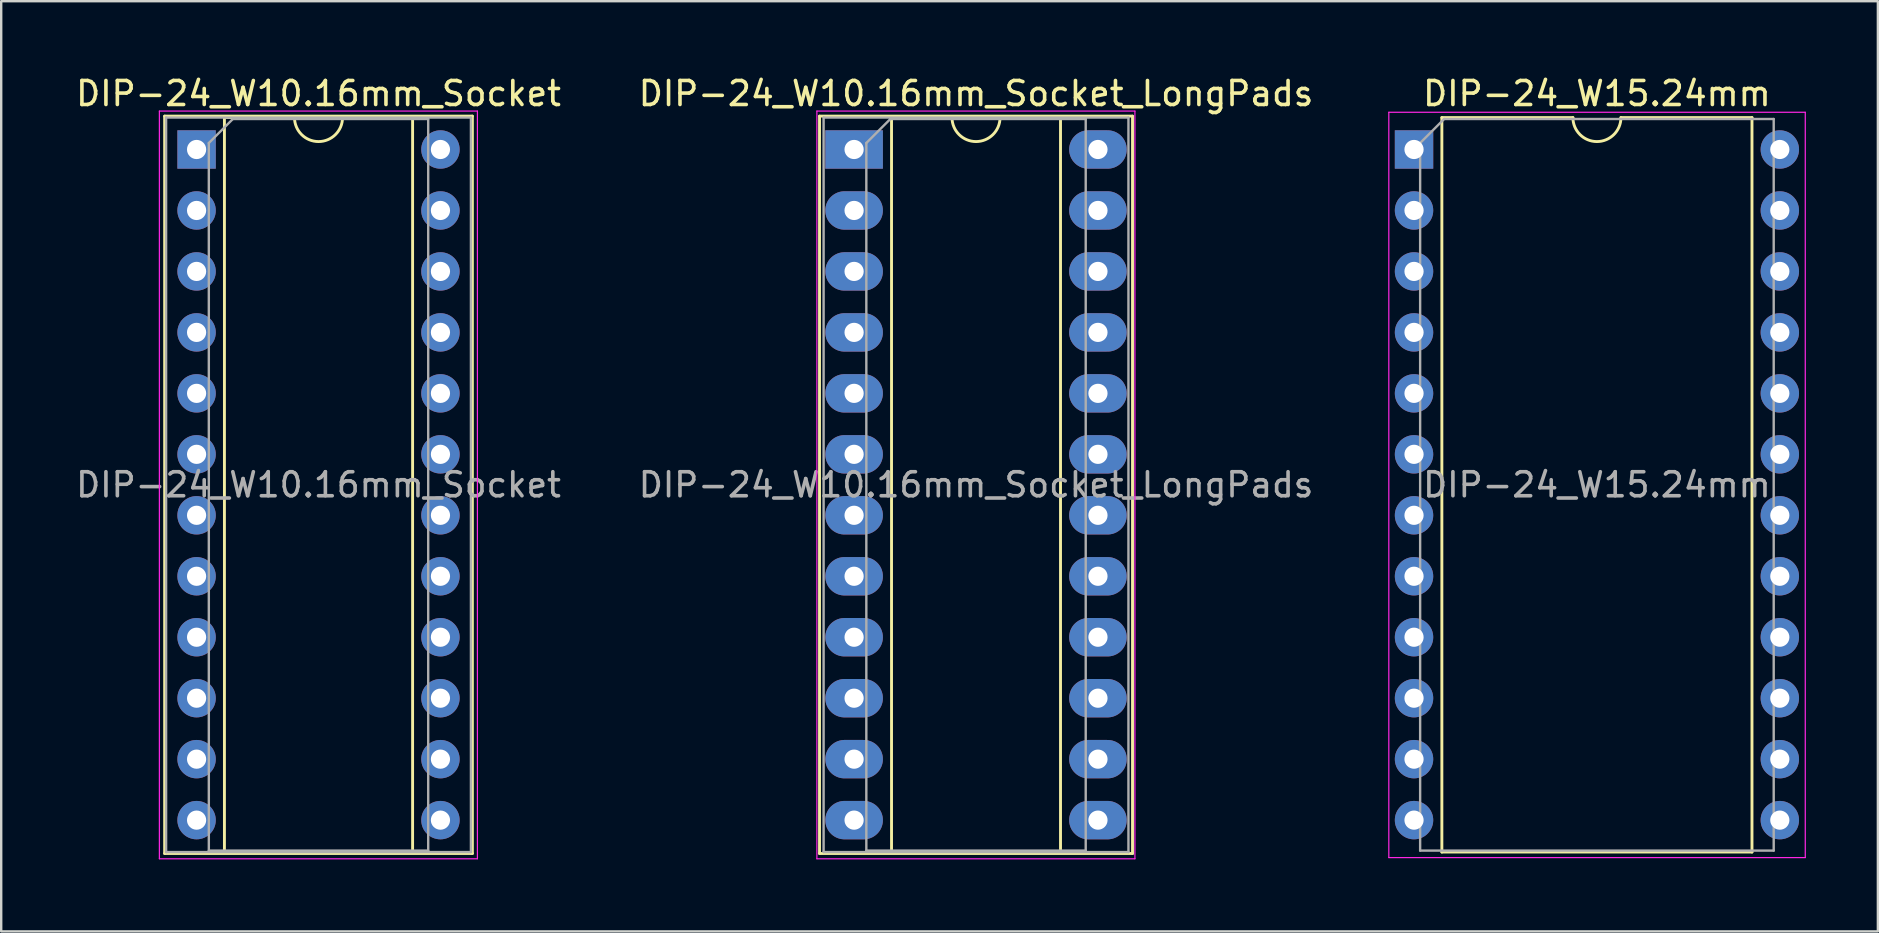
<source format=kicad_pcb>
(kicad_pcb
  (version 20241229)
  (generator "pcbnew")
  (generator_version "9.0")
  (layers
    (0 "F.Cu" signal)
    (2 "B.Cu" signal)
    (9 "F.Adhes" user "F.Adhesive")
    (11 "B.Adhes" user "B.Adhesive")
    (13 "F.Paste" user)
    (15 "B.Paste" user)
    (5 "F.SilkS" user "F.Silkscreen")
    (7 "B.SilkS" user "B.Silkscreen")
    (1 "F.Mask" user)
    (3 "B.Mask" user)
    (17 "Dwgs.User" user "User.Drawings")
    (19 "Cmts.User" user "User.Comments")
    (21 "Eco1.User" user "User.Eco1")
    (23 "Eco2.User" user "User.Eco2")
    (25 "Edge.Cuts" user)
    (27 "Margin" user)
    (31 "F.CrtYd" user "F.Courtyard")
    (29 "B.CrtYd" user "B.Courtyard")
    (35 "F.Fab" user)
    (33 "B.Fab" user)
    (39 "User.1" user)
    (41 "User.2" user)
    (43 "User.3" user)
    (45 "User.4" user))
  (footprint "DIP-24_W10.16mm_Socket"
    (layer "F.Cu")
    (at 5.14 3.178)
    (property "Reference" "DIP-24_W10.16mm_Socket" (at 5.08 -2.33 0) (layer "F.SilkS") (effects (font (size 1 1) (thickness 0.15))))
    (attr through_hole)
    (fp_line (start -1.33 -1.39) (end -1.33 29.33) (stroke (width 0.12) (type solid)) (layer "F.SilkS"))
    (fp_line (start -1.33 29.33) (end 11.49 29.33) (stroke (width 0.12) (type solid)) (layer "F.SilkS"))
    (fp_line (start 1.16 -1.33) (end 1.16 29.27) (stroke (width 0.12) (type solid)) (layer "F.SilkS"))
    (fp_line (start 1.16 29.27) (end 9 29.27) (stroke (width 0.12) (type solid)) (layer "F.SilkS"))
    (fp_line (start 4.08 -1.33) (end 1.16 -1.33) (stroke (width 0.12) (type solid)) (layer "F.SilkS"))
    (fp_line (start 9 -1.33) (end 6.08 -1.33) (stroke (width 0.12) (type solid)) (layer "F.SilkS"))
    (fp_line (start 9 29.27) (end 9 -1.33) (stroke (width 0.12) (type solid)) (layer "F.SilkS"))
    (fp_line (start 11.49 -1.39) (end -1.33 -1.39) (stroke (width 0.12) (type solid)) (layer "F.SilkS"))
    (fp_line (start 11.49 29.33) (end 11.49 -1.39) (stroke (width 0.12) (type solid)) (layer "F.SilkS"))
    (fp_arc (start 6.08 -1.33) (mid 5.08 -0.33) (end 4.08 -1.33) (stroke (width 0.12) (type solid)) (layer "F.SilkS"))
    (fp_line (start -1.55 -1.6) (end -1.55 29.55) (stroke (width 0.05) (type solid)) (layer "F.CrtYd"))
    (fp_line (start -1.55 29.55) (end 11.7 29.55) (stroke (width 0.05) (type solid)) (layer "F.CrtYd"))
    (fp_line (start 11.7 -1.6) (end -1.55 -1.6) (stroke (width 0.05) (type solid)) (layer "F.CrtYd"))
    (fp_line (start 11.7 29.55) (end 11.7 -1.6) (stroke (width 0.05) (type solid)) (layer "F.CrtYd"))
    (fp_line (start -1.27 -1.33) (end -1.27 29.27) (stroke (width 0.1) (type solid)) (layer "F.Fab"))
    (fp_line (start -1.27 29.27) (end 11.43 29.27) (stroke (width 0.1) (type solid)) (layer "F.Fab"))
    (fp_line (start 0.51 -0.27) (end 1.51 -1.27) (stroke (width 0.1) (type solid)) (layer "F.Fab"))
    (fp_line (start 0.51 29.21) (end 0.51 -0.27) (stroke (width 0.1) (type solid)) (layer "F.Fab"))
    (fp_line (start 1.51 -1.27) (end 9.65 -1.27) (stroke (width 0.1) (type solid)) (layer "F.Fab"))
    (fp_line (start 9.65 -1.27) (end 9.65 29.21) (stroke (width 0.1) (type solid)) (layer "F.Fab"))
    (fp_line (start 9.65 29.21) (end 0.51 29.21) (stroke (width 0.1) (type solid)) (layer "F.Fab"))
    (fp_line (start 11.43 -1.33) (end -1.27 -1.33) (stroke (width 0.1) (type solid)) (layer "F.Fab"))
    (fp_line (start 11.43 29.27) (end 11.43 -1.33) (stroke (width 0.1) (type solid)) (layer "F.Fab"))
    (fp_text user "${REFERENCE}" (at 5.08 13.97 0) (layer "F.Fab") (effects (font (size 1 1) (thickness 0.15))))
    (pad "1" thru_hole rect (at 0 0) (size 1.6 1.6) (drill 0.8) (layers "*.Cu" "*.Mask"))
    (pad "2" thru_hole oval (at 0 2.54) (size 1.6 1.6) (drill 0.8) (layers "*.Cu" "*.Mask"))
    (pad "3" thru_hole oval (at 0 5.08) (size 1.6 1.6) (drill 0.8) (layers "*.Cu" "*.Mask"))
    (pad "4" thru_hole oval (at 0 7.62) (size 1.6 1.6) (drill 0.8) (layers "*.Cu" "*.Mask"))
    (pad "5" thru_hole oval (at 0 10.16) (size 1.6 1.6) (drill 0.8) (layers "*.Cu" "*.Mask"))
    (pad "6" thru_hole oval (at 0 12.7) (size 1.6 1.6) (drill 0.8) (layers "*.Cu" "*.Mask"))
    (pad "7" thru_hole oval (at 0 15.24) (size 1.6 1.6) (drill 0.8) (layers "*.Cu" "*.Mask"))
    (pad "8" thru_hole oval (at 0 17.78) (size 1.6 1.6) (drill 0.8) (layers "*.Cu" "*.Mask"))
    (pad "9" thru_hole oval (at 0 20.32) (size 1.6 1.6) (drill 0.8) (layers "*.Cu" "*.Mask"))
    (pad "10" thru_hole oval (at 0 22.86) (size 1.6 1.6) (drill 0.8) (layers "*.Cu" "*.Mask"))
    (pad "11" thru_hole oval (at 0 25.4) (size 1.6 1.6) (drill 0.8) (layers "*.Cu" "*.Mask"))
    (pad "12" thru_hole oval (at 0 27.94) (size 1.6 1.6) (drill 0.8) (layers "*.Cu" "*.Mask"))
    (pad "13" thru_hole oval (at 10.16 27.94) (size 1.6 1.6) (drill 0.8) (layers "*.Cu" "*.Mask"))
    (pad "14" thru_hole oval (at 10.16 25.4) (size 1.6 1.6) (drill 0.8) (layers "*.Cu" "*.Mask"))
    (pad "15" thru_hole oval (at 10.16 22.86) (size 1.6 1.6) (drill 0.8) (layers "*.Cu" "*.Mask"))
    (pad "16" thru_hole oval (at 10.16 20.32) (size 1.6 1.6) (drill 0.8) (layers "*.Cu" "*.Mask"))
    (pad "17" thru_hole oval (at 10.16 17.78) (size 1.6 1.6) (drill 0.8) (layers "*.Cu" "*.Mask"))
    (pad "18" thru_hole oval (at 10.16 15.24) (size 1.6 1.6) (drill 0.8) (layers "*.Cu" "*.Mask"))
    (pad "19" thru_hole oval (at 10.16 12.7) (size 1.6 1.6) (drill 0.8) (layers "*.Cu" "*.Mask"))
    (pad "20" thru_hole oval (at 10.16 10.16) (size 1.6 1.6) (drill 0.8) (layers "*.Cu" "*.Mask"))
    (pad "21" thru_hole oval (at 10.16 7.62) (size 1.6 1.6) (drill 0.8) (layers "*.Cu" "*.Mask"))
    (pad "22" thru_hole oval (at 10.16 5.08) (size 1.6 1.6) (drill 0.8) (layers "*.Cu" "*.Mask"))
    (pad "23" thru_hole oval (at 10.16 2.54) (size 1.6 1.6) (drill 0.8) (layers "*.Cu" "*.Mask"))
    (pad "24" thru_hole oval (at 10.16 0) (size 1.6 1.6) (drill 0.8) (layers "*.Cu" "*.Mask")))
  (footprint "DIP-24_W15.24mm"
    (layer "F.Cu")
    (at 55.861 3.178)
    (property "Reference" "DIP-24_W15.24mm" (at 7.62 -2.33 0) (layer "F.SilkS") (effects (font (size 1 1) (thickness 0.15))))
    (attr through_hole)
    (fp_line (start 1.16 -1.33) (end 1.16 29.27) (stroke (width 0.12) (type solid)) (layer "F.SilkS"))
    (fp_line (start 1.16 29.27) (end 14.08 29.27) (stroke (width 0.12) (type solid)) (layer "F.SilkS"))
    (fp_line (start 6.62 -1.33) (end 1.16 -1.33) (stroke (width 0.12) (type solid)) (layer "F.SilkS"))
    (fp_line (start 14.08 -1.33) (end 8.62 -1.33) (stroke (width 0.12) (type solid)) (layer "F.SilkS"))
    (fp_line (start 14.08 29.27) (end 14.08 -1.33) (stroke (width 0.12) (type solid)) (layer "F.SilkS"))
    (fp_arc (start 8.62 -1.33) (mid 7.62 -0.33) (end 6.62 -1.33) (stroke (width 0.12) (type solid)) (layer "F.SilkS"))
    (fp_line (start -1.05 -1.55) (end -1.05 29.5) (stroke (width 0.05) (type solid)) (layer "F.CrtYd"))
    (fp_line (start -1.05 29.5) (end 16.3 29.5) (stroke (width 0.05) (type solid)) (layer "F.CrtYd"))
    (fp_line (start 16.3 -1.55) (end -1.05 -1.55) (stroke (width 0.05) (type solid)) (layer "F.CrtYd"))
    (fp_line (start 16.3 29.5) (end 16.3 -1.55) (stroke (width 0.05) (type solid)) (layer "F.CrtYd"))
    (fp_line (start 0.255 -0.27) (end 1.255 -1.27) (stroke (width 0.1) (type solid)) (layer "F.Fab"))
    (fp_line (start 0.255 29.21) (end 0.255 -0.27) (stroke (width 0.1) (type solid)) (layer "F.Fab"))
    (fp_line (start 1.255 -1.27) (end 14.985 -1.27) (stroke (width 0.1) (type solid)) (layer "F.Fab"))
    (fp_line (start 14.985 -1.27) (end 14.985 29.21) (stroke (width 0.1) (type solid)) (layer "F.Fab"))
    (fp_line (start 14.985 29.21) (end 0.255 29.21) (stroke (width 0.1) (type solid)) (layer "F.Fab"))
    (fp_text user "${REFERENCE}" (at 7.62 13.97 0) (layer "F.Fab") (effects (font (size 1 1) (thickness 0.15))))
    (pad "1" thru_hole rect (at 0 0) (size 1.6 1.6) (drill 0.8) (layers "*.Cu" "*.Mask"))
    (pad "2" thru_hole oval (at 0 2.54) (size 1.6 1.6) (drill 0.8) (layers "*.Cu" "*.Mask"))
    (pad "3" thru_hole oval (at 0 5.08) (size 1.6 1.6) (drill 0.8) (layers "*.Cu" "*.Mask"))
    (pad "4" thru_hole oval (at 0 7.62) (size 1.6 1.6) (drill 0.8) (layers "*.Cu" "*.Mask"))
    (pad "5" thru_hole oval (at 0 10.16) (size 1.6 1.6) (drill 0.8) (layers "*.Cu" "*.Mask"))
    (pad "6" thru_hole oval (at 0 12.7) (size 1.6 1.6) (drill 0.8) (layers "*.Cu" "*.Mask"))
    (pad "7" thru_hole oval (at 0 15.24) (size 1.6 1.6) (drill 0.8) (layers "*.Cu" "*.Mask"))
    (pad "8" thru_hole oval (at 0 17.78) (size 1.6 1.6) (drill 0.8) (layers "*.Cu" "*.Mask"))
    (pad "9" thru_hole oval (at 0 20.32) (size 1.6 1.6) (drill 0.8) (layers "*.Cu" "*.Mask"))
    (pad "10" thru_hole oval (at 0 22.86) (size 1.6 1.6) (drill 0.8) (layers "*.Cu" "*.Mask"))
    (pad "11" thru_hole oval (at 0 25.4) (size 1.6 1.6) (drill 0.8) (layers "*.Cu" "*.Mask"))
    (pad "12" thru_hole oval (at 0 27.94) (size 1.6 1.6) (drill 0.8) (layers "*.Cu" "*.Mask"))
    (pad "13" thru_hole oval (at 15.24 27.94) (size 1.6 1.6) (drill 0.8) (layers "*.Cu" "*.Mask"))
    (pad "14" thru_hole oval (at 15.24 25.4) (size 1.6 1.6) (drill 0.8) (layers "*.Cu" "*.Mask"))
    (pad "15" thru_hole oval (at 15.24 22.86) (size 1.6 1.6) (drill 0.8) (layers "*.Cu" "*.Mask"))
    (pad "16" thru_hole oval (at 15.24 20.32) (size 1.6 1.6) (drill 0.8) (layers "*.Cu" "*.Mask"))
    (pad "17" thru_hole oval (at 15.24 17.78) (size 1.6 1.6) (drill 0.8) (layers "*.Cu" "*.Mask"))
    (pad "18" thru_hole oval (at 15.24 15.24) (size 1.6 1.6) (drill 0.8) (layers "*.Cu" "*.Mask"))
    (pad "19" thru_hole oval (at 15.24 12.7) (size 1.6 1.6) (drill 0.8) (layers "*.Cu" "*.Mask"))
    (pad "20" thru_hole oval (at 15.24 10.16) (size 1.6 1.6) (drill 0.8) (layers "*.Cu" "*.Mask"))
    (pad "21" thru_hole oval (at 15.24 7.62) (size 1.6 1.6) (drill 0.8) (layers "*.Cu" "*.Mask"))
    (pad "22" thru_hole oval (at 15.24 5.08) (size 1.6 1.6) (drill 0.8) (layers "*.Cu" "*.Mask"))
    (pad "23" thru_hole oval (at 15.24 2.54) (size 1.6 1.6) (drill 0.8) (layers "*.Cu" "*.Mask"))
    (pad "24" thru_hole oval (at 15.24 0) (size 1.6 1.6) (drill 0.8) (layers "*.Cu" "*.Mask")))
  (footprint "DIP-24_W10.16mm_Socket_LongPads"
    (layer "F.Cu")
    (at 32.533 3.178)
    (property "Reference" "DIP-24_W10.16mm_Socket_LongPads" (at 5.08 -2.33 0) (layer "F.SilkS") (effects (font (size 1 1) (thickness 0.15))))
    (attr through_hole)
    (fp_line (start -1.44 -1.39) (end -1.44 29.33) (stroke (width 0.12) (type solid)) (layer "F.SilkS"))
    (fp_line (start -1.44 29.33) (end 11.6 29.33) (stroke (width 0.12) (type solid)) (layer "F.SilkS"))
    (fp_line (start 1.56 -1.33) (end 1.56 29.27) (stroke (width 0.12) (type solid)) (layer "F.SilkS"))
    (fp_line (start 1.56 29.27) (end 8.6 29.27) (stroke (width 0.12) (type solid)) (layer "F.SilkS"))
    (fp_line (start 4.08 -1.33) (end 1.56 -1.33) (stroke (width 0.12) (type solid)) (layer "F.SilkS"))
    (fp_line (start 8.6 -1.33) (end 6.08 -1.33) (stroke (width 0.12) (type solid)) (layer "F.SilkS"))
    (fp_line (start 8.6 29.27) (end 8.6 -1.33) (stroke (width 0.12) (type solid)) (layer "F.SilkS"))
    (fp_line (start 11.6 -1.39) (end -1.44 -1.39) (stroke (width 0.12) (type solid)) (layer "F.SilkS"))
    (fp_line (start 11.6 29.33) (end 11.6 -1.39) (stroke (width 0.12) (type solid)) (layer "F.SilkS"))
    (fp_arc (start 6.08 -1.33) (mid 5.08 -0.33) (end 4.08 -1.33) (stroke (width 0.12) (type solid)) (layer "F.SilkS"))
    (fp_line (start -1.55 -1.6) (end -1.55 29.55) (stroke (width 0.05) (type solid)) (layer "F.CrtYd"))
    (fp_line (start -1.55 29.55) (end 11.7 29.55) (stroke (width 0.05) (type solid)) (layer "F.CrtYd"))
    (fp_line (start 11.7 -1.6) (end -1.55 -1.6) (stroke (width 0.05) (type solid)) (layer "F.CrtYd"))
    (fp_line (start 11.7 29.55) (end 11.7 -1.6) (stroke (width 0.05) (type solid)) (layer "F.CrtYd"))
    (fp_line (start -1.27 -1.33) (end -1.27 29.27) (stroke (width 0.1) (type solid)) (layer "F.Fab"))
    (fp_line (start -1.27 29.27) (end 11.43 29.27) (stroke (width 0.1) (type solid)) (layer "F.Fab"))
    (fp_line (start 0.51 -0.27) (end 1.51 -1.27) (stroke (width 0.1) (type solid)) (layer "F.Fab"))
    (fp_line (start 0.51 29.21) (end 0.51 -0.27) (stroke (width 0.1) (type solid)) (layer "F.Fab"))
    (fp_line (start 1.51 -1.27) (end 9.65 -1.27) (stroke (width 0.1) (type solid)) (layer "F.Fab"))
    (fp_line (start 9.65 -1.27) (end 9.65 29.21) (stroke (width 0.1) (type solid)) (layer "F.Fab"))
    (fp_line (start 9.65 29.21) (end 0.51 29.21) (stroke (width 0.1) (type solid)) (layer "F.Fab"))
    (fp_line (start 11.43 -1.33) (end -1.27 -1.33) (stroke (width 0.1) (type solid)) (layer "F.Fab"))
    (fp_line (start 11.43 29.27) (end 11.43 -1.33) (stroke (width 0.1) (type solid)) (layer "F.Fab"))
    (fp_text user "${REFERENCE}" (at 5.08 13.97 0) (layer "F.Fab") (effects (font (size 1 1) (thickness 0.15))))
    (pad "1" thru_hole rect (at 0 0) (size 2.4 1.6) (drill 0.8) (layers "*.Cu" "*.Mask"))
    (pad "2" thru_hole oval (at 0 2.54) (size 2.4 1.6) (drill 0.8) (layers "*.Cu" "*.Mask"))
    (pad "3" thru_hole oval (at 0 5.08) (size 2.4 1.6) (drill 0.8) (layers "*.Cu" "*.Mask"))
    (pad "4" thru_hole oval (at 0 7.62) (size 2.4 1.6) (drill 0.8) (layers "*.Cu" "*.Mask"))
    (pad "5" thru_hole oval (at 0 10.16) (size 2.4 1.6) (drill 0.8) (layers "*.Cu" "*.Mask"))
    (pad "6" thru_hole oval (at 0 12.7) (size 2.4 1.6) (drill 0.8) (layers "*.Cu" "*.Mask"))
    (pad "7" thru_hole oval (at 0 15.24) (size 2.4 1.6) (drill 0.8) (layers "*.Cu" "*.Mask"))
    (pad "8" thru_hole oval (at 0 17.78) (size 2.4 1.6) (drill 0.8) (layers "*.Cu" "*.Mask"))
    (pad "9" thru_hole oval (at 0 20.32) (size 2.4 1.6) (drill 0.8) (layers "*.Cu" "*.Mask"))
    (pad "10" thru_hole oval (at 0 22.86) (size 2.4 1.6) (drill 0.8) (layers "*.Cu" "*.Mask"))
    (pad "11" thru_hole oval (at 0 25.4) (size 2.4 1.6) (drill 0.8) (layers "*.Cu" "*.Mask"))
    (pad "12" thru_hole oval (at 0 27.94) (size 2.4 1.6) (drill 0.8) (layers "*.Cu" "*.Mask"))
    (pad "13" thru_hole oval (at 10.16 27.94) (size 2.4 1.6) (drill 0.8) (layers "*.Cu" "*.Mask"))
    (pad "14" thru_hole oval (at 10.16 25.4) (size 2.4 1.6) (drill 0.8) (layers "*.Cu" "*.Mask"))
    (pad "15" thru_hole oval (at 10.16 22.86) (size 2.4 1.6) (drill 0.8) (layers "*.Cu" "*.Mask"))
    (pad "16" thru_hole oval (at 10.16 20.32) (size 2.4 1.6) (drill 0.8) (layers "*.Cu" "*.Mask"))
    (pad "17" thru_hole oval (at 10.16 17.78) (size 2.4 1.6) (drill 0.8) (layers "*.Cu" "*.Mask"))
    (pad "18" thru_hole oval (at 10.16 15.24) (size 2.4 1.6) (drill 0.8) (layers "*.Cu" "*.Mask"))
    (pad "19" thru_hole oval (at 10.16 12.7) (size 2.4 1.6) (drill 0.8) (layers "*.Cu" "*.Mask"))
    (pad "20" thru_hole oval (at 10.16 10.16) (size 2.4 1.6) (drill 0.8) (layers "*.Cu" "*.Mask"))
    (pad "21" thru_hole oval (at 10.16 7.62) (size 2.4 1.6) (drill 0.8) (layers "*.Cu" "*.Mask"))
    (pad "22" thru_hole oval (at 10.16 5.08) (size 2.4 1.6) (drill 0.8) (layers "*.Cu" "*.Mask"))
    (pad "23" thru_hole oval (at 10.16 2.54) (size 2.4 1.6) (drill 0.8) (layers "*.Cu" "*.Mask"))
    (pad "24" thru_hole oval (at 10.16 0) (size 2.4 1.6) (drill 0.8) (layers "*.Cu" "*.Mask")))
  (gr_rect
    (start -3 -3)
    (end 75.186 35.753)
    (stroke (width 0.1) (type default))
    (fill no)
    (layer "Edge.Cuts")))
</source>
